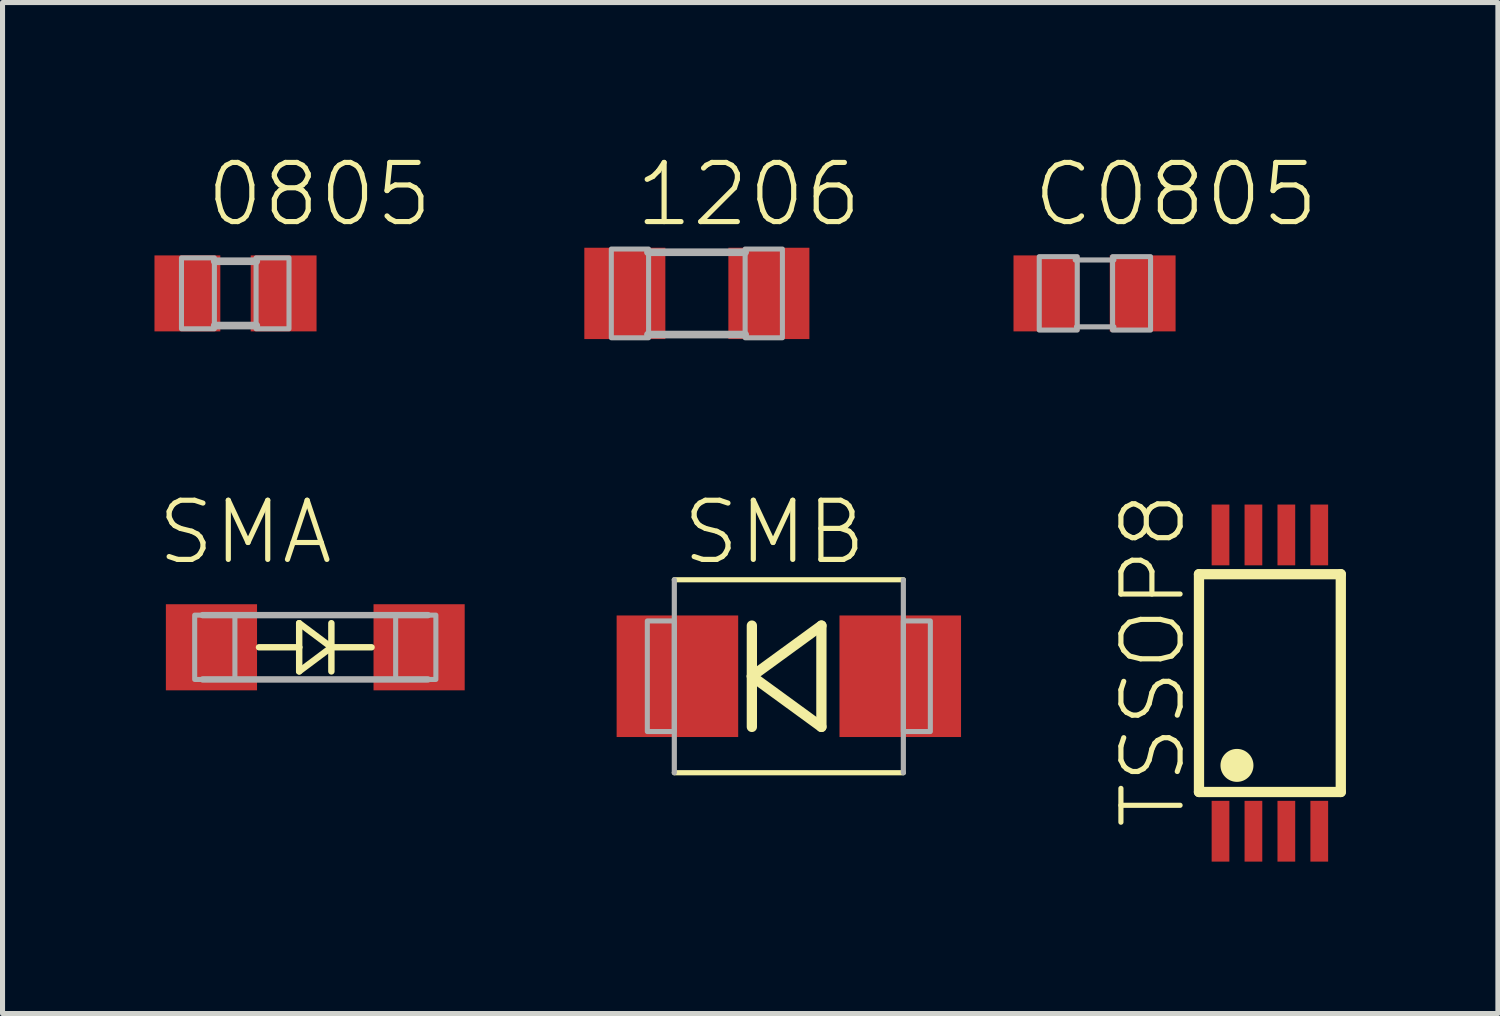
<source format=kicad_pcb>
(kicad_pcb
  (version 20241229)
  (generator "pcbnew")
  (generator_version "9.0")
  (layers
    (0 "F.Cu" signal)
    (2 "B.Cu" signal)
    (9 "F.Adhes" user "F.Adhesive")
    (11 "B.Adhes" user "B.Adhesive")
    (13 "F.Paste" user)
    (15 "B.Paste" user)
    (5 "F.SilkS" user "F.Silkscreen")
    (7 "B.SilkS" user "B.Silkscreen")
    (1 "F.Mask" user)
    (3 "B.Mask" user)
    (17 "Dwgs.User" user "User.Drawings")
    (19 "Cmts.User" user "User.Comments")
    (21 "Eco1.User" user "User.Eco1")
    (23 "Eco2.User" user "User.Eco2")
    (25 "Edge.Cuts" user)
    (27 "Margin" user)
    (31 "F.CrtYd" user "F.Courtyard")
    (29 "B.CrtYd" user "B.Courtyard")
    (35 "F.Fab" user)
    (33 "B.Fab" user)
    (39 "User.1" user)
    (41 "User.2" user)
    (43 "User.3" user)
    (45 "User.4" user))
  (footprint "SMB"
    (layer "F.Cu")
    (at 12.525 10.302)
    (property "Reference" "SMB" (at -2.159 -2.159 0) (layer "F.SilkS") (effects (font (size 1.168 1.168) (thickness 0.102)) (justify left bottom)))
    (fp_line (start -2.261 -1.905) (end 2.261 -1.905) (stroke (width 0.102) (type solid)) (layer "F.SilkS"))
    (fp_line (start -2.261 1.905) (end 2.261 1.905) (stroke (width 0.102) (type solid)) (layer "F.SilkS"))
    (fp_line (start -0.73 -1) (end -0.73 1) (stroke (width 0.203) (type solid)) (layer "F.SilkS"))
    (fp_line (start -0.73 0) (end 0.643 1) (stroke (width 0.203) (type solid)) (layer "F.SilkS"))
    (fp_line (start 0.643 -1) (end -0.73 0) (stroke (width 0.203) (type solid)) (layer "F.SilkS"))
    (fp_line (start 0.643 1) (end 0.643 -1) (stroke (width 0.203) (type solid)) (layer "F.SilkS"))
    (fp_line (start -2.261 1.905) (end -2.261 -1.905) (stroke (width 0.102) (type solid)) (layer "F.Fab"))
    (fp_line (start 2.261 1.905) (end 2.261 -1.905) (stroke (width 0.102) (type solid)) (layer "F.Fab"))
    (fp_poly (pts (xy -2.794 1.092) (xy -2.261 1.092) (xy -2.261 -1.092) (xy -2.794 -1.092)) (stroke (width 0.1) (type solid)) (fill no) (layer "F.Fab"))
    (fp_poly (pts (xy 2.261 1.092) (xy 2.794 1.092) (xy 2.794 -1.092) (xy 2.261 -1.092)) (stroke (width 0.1) (type solid)) (fill no) (layer "F.Fab"))
    (pad "A" smd rect (at 2.2 0) (size 2.4 2.4) (layers "F.Cu" "F.Mask" "F.Paste"))
    (pad "K" smd rect (at -2.2 0) (size 2.4 2.4) (layers "F.Cu" "F.Mask" "F.Paste")))
  (footprint "C0805"
    (layer "F.Cu")
    (at 18.561 2.743)
    (property "Reference" "C0805" (at -1.27 -1.27 0) (layer "F.SilkS") (effects (font (size 1.168 1.168) (thickness 0.102)) (justify left bottom)))
    (fp_line (start -0.381 -0.66) (end 0.381 -0.66) (stroke (width 0.102) (type solid)) (layer "F.Fab"))
    (fp_line (start -0.356 0.66) (end 0.381 0.66) (stroke (width 0.102) (type solid)) (layer "F.Fab"))
    (fp_poly (pts (xy -1.092 0.724) (xy -0.342 0.724) (xy -0.342 -0.726) (xy -1.092 -0.726)) (stroke (width 0.1) (type solid)) (fill no) (layer "F.Fab"))
    (fp_poly (pts (xy 0.356 0.724) (xy 1.106 0.724) (xy 1.106 -0.726) (xy 0.356 -0.726)) (stroke (width 0.1) (type solid)) (fill no) (layer "F.Fab"))
    (pad "1" smd rect (at -0.95 0) (size 1.3 1.5) (layers "F.Cu" "F.Mask" "F.Paste"))
    (pad "2" smd rect (at 0.95 0) (size 1.3 1.5) (layers "F.Cu" "F.Mask" "F.Paste")))
  (footprint "0805"
    (layer "F.Cu")
    (at 1.6 2.743)
    (property "Reference" "0805" (at -0.635 -1.27 0) (layer "F.SilkS") (effects (font (size 1.168 1.168) (thickness 0.102)) (justify left bottom)))
    (fp_line (start -0.41 -0.635) (end 0.41 -0.635) (stroke (width 0.152) (type solid)) (layer "F.Fab"))
    (fp_line (start -0.41 0.635) (end 0.41 0.635) (stroke (width 0.152) (type solid)) (layer "F.Fab"))
    (fp_poly (pts (xy -1.067 0.699) (xy -0.417 0.699) (xy -0.417 -0.702) (xy -1.067 -0.702)) (stroke (width 0.1) (type solid)) (fill no) (layer "F.Fab"))
    (fp_poly (pts (xy 0.406 0.699) (xy 1.056 0.699) (xy 1.056 -0.702) (xy 0.406 -0.702)) (stroke (width 0.1) (type solid)) (fill no) (layer "F.Fab"))
    (pad "1" smd rect (at -0.95 0) (size 1.3 1.5) (layers "F.Cu" "F.Mask" "F.Paste"))
    (pad "2" smd rect (at 0.95 0) (size 1.3 1.5) (layers "F.Cu" "F.Mask" "F.Paste")))
  (footprint "1206"
    (layer "F.Cu")
    (at 10.709 2.743)
    (property "Reference" "1206" (at -1.27 -1.27 0) (layer "F.SilkS") (effects (font (size 1.168 1.168) (thickness 0.102)) (justify left bottom)))
    (fp_line (start 0.953 -0.813) (end -0.965 -0.813) (stroke (width 0.152) (type solid)) (layer "F.Fab"))
    (fp_line (start 0.953 0.813) (end -0.965 0.813) (stroke (width 0.152) (type solid)) (layer "F.Fab"))
    (fp_poly (pts (xy -1.689 0.876) (xy -0.953 0.876) (xy -0.953 -0.876) (xy -1.689 -0.876)) (stroke (width 0.1) (type solid)) (fill no) (layer "F.Fab"))
    (fp_poly (pts (xy 0.953 0.876) (xy 1.689 0.876) (xy 1.689 -0.876) (xy 0.953 -0.876)) (stroke (width 0.1) (type solid)) (fill no) (layer "F.Fab"))
    (pad "1" smd rect (at -1.422 0) (size 1.6 1.803) (layers "F.Cu" "F.Mask" "F.Paste"))
    (pad "2" smd rect (at 1.422 0) (size 1.6 1.803) (layers "F.Cu" "F.Mask" "F.Paste")))
  (footprint "SMA"
    (layer "F.Cu")
    (at 3.175 9.73)
    (property "Reference" "SMA" (at -3.175 -1.587 0) (layer "F.SilkS") (effects (font (size 1.168 1.168) (thickness 0.102)) (justify left bottom)))
    (fp_line (start -0.318 -0.476) (end -0.318 0) (stroke (width 0.127) (type solid)) (layer "F.SilkS"))
    (fp_line (start -0.318 0) (end -1.111 0) (stroke (width 0.127) (type solid)) (layer "F.SilkS"))
    (fp_line (start -0.318 0) (end -0.318 0.476) (stroke (width 0.127) (type solid)) (layer "F.SilkS"))
    (fp_line (start -0.318 0.476) (end 0.318 0) (stroke (width 0.127) (type solid)) (layer "F.SilkS"))
    (fp_line (start 0.318 0) (end -0.318 -0.476) (stroke (width 0.127) (type solid)) (layer "F.SilkS"))
    (fp_line (start 0.318 0) (end 0.318 -0.476) (stroke (width 0.127) (type solid)) (layer "F.SilkS"))
    (fp_line (start 0.318 0) (end 0.318 0.476) (stroke (width 0.127) (type solid)) (layer "F.SilkS"))
    (fp_line (start 0.318 0) (end 1.111 0) (stroke (width 0.127) (type solid)) (layer "F.SilkS"))
    (fp_line (start -2.223 -0.635) (end 2.223 -0.635) (stroke (width 0.127) (type solid)) (layer "F.Fab"))
    (fp_line (start -2.223 0.635) (end 2.223 0.635) (stroke (width 0.127) (type solid)) (layer "F.Fab"))
    (fp_poly (pts (xy -2.381 0.635) (xy -1.587 0.635) (xy -1.587 -0.635) (xy -2.381 -0.635)) (stroke (width 0.1) (type solid)) (fill no) (layer "F.Fab"))
    (fp_poly (pts (xy 1.587 0.635) (xy 2.381 0.635) (xy 2.381 -0.635) (xy 1.587 -0.635)) (stroke (width 0.1) (type solid)) (fill no) (layer "F.Fab"))
    (pad "A" smd rect (at -2.05 0) (size 1.8 1.7) (layers "F.Cu" "F.Mask" "F.Paste"))
    (pad "K" smd rect (at 2.05 0) (size 1.8 1.7) (layers "F.Cu" "F.Mask" "F.Paste")))
  (footprint "TSSOP8"
    (layer "F.Cu")
    (at 22.023 10.437)
    (property "Reference" "TSSOP8" (at -1.625 2.925 90) (layer "F.SilkS") (effects (font (size 1.168 1.168) (thickness 0.102)) (justify left bottom)))
    (fp_line (start -1.4 -2.15) (end -1.4 2.15) (stroke (width 0.203) (type solid)) (layer "F.SilkS"))
    (fp_line (start -1.4 2.15) (end 1.4 2.15) (stroke (width 0.203) (type solid)) (layer "F.SilkS"))
    (fp_line (start 1.4 -2.15) (end -1.4 -2.15) (stroke (width 0.203) (type solid)) (layer "F.SilkS"))
    (fp_line (start 1.4 2.15) (end 1.4 -2.15) (stroke (width 0.203) (type solid)) (layer "F.SilkS"))
    (fp_circle (center -0.65 1.625) (end -0.487 1.625) (stroke (width 0.325) (type solid)) (fill yes) (layer "F.SilkS"))
    (pad "1" smd rect (at -0.975 2.925) (size 0.35 1.2) (layers "F.Cu" "F.Mask" "F.Paste"))
    (pad "2" smd rect (at -0.325 2.925) (size 0.35 1.2) (layers "F.Cu" "F.Mask" "F.Paste"))
    (pad "3" smd rect (at 0.325 2.925) (size 0.35 1.2) (layers "F.Cu" "F.Mask" "F.Paste"))
    (pad "4" smd rect (at 0.975 2.925) (size 0.35 1.2) (layers "F.Cu" "F.Mask" "F.Paste"))
    (pad "5" smd rect (at 0.975 -2.925) (size 0.35 1.2) (layers "F.Cu" "F.Mask" "F.Paste"))
    (pad "6" smd rect (at 0.325 -2.925) (size 0.35 1.2) (layers "F.Cu" "F.Mask" "F.Paste"))
    (pad "7" smd rect (at -0.325 -2.925) (size 0.35 1.2) (layers "F.Cu" "F.Mask" "F.Paste"))
    (pad "8" smd rect (at -0.975 -2.925) (size 0.35 1.2) (layers "F.Cu" "F.Mask" "F.Paste")))
  (gr_rect
    (start -3 -3)
    (end 26.525 16.962)
    (stroke (width 0.1) (type default))
    (fill no)
    (layer "Edge.Cuts")))
</source>
